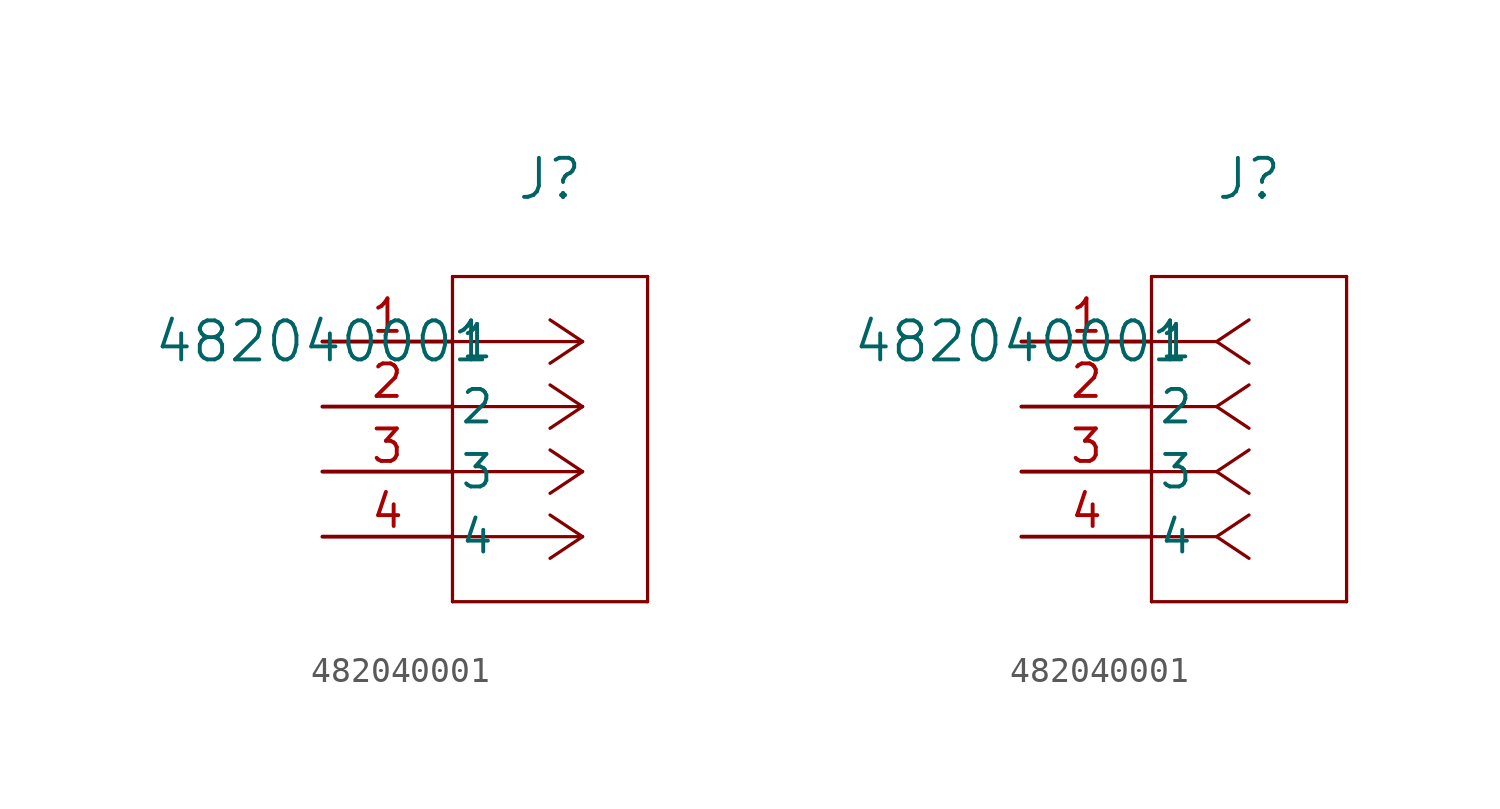
<source format=kicad_sym>
(kicad_symbol_lib
  (version 20211014)
  (generator kicad_symbol_editor)
  (symbol "482040001"
    (pin_names
      (offset 0.254))
    (property "Reference" "J"
      (at 8.89 6.35 0)
      (effects (font (size 1.524 1.524))))
    (property "Value" "482040001"
      (at 0 0 0)
      (effects (font (size 1.524 1.524))))
    (symbol "482040001_1_1"
      (polyline (pts (xy 10.16 0) (xy 5.08 0)) (stroke (width 0.127) (type default) (color 0 0 0 0)) (fill (type none)))
      (polyline (pts (xy 10.16 -2.54) (xy 5.08 -2.54)) (stroke (width 0.127) (type default) (color 0 0 0 0)) (fill (type none)))
      (polyline (pts (xy 10.16 -5.08) (xy 5.08 -5.08)) (stroke (width 0.127) (type default) (color 0 0 0 0)) (fill (type none)))
      (polyline (pts (xy 10.16 -7.62) (xy 5.08 -7.62)) (stroke (width 0.127) (type default) (color 0 0 0 0)) (fill (type none)))
      (polyline (pts (xy 10.16 0) (xy 8.89 0.847)) (stroke (width 0.127) (type default) (color 0 0 0 0)) (fill (type none)))
      (polyline (pts (xy 10.16 -2.54) (xy 8.89 -1.693)) (stroke (width 0.127) (type default) (color 0 0 0 0)) (fill (type none)))
      (polyline (pts (xy 10.16 -5.08) (xy 8.89 -4.233)) (stroke (width 0.127) (type default) (color 0 0 0 0)) (fill (type none)))
      (polyline (pts (xy 10.16 -7.62) (xy 8.89 -6.773)) (stroke (width 0.127) (type default) (color 0 0 0 0)) (fill (type none)))
      (polyline (pts (xy 10.16 0) (xy 8.89 -0.847)) (stroke (width 0.127) (type default) (color 0 0 0 0)) (fill (type none)))
      (polyline (pts (xy 10.16 -2.54) (xy 8.89 -3.387)) (stroke (width 0.127) (type default) (color 0 0 0 0)) (fill (type none)))
      (polyline (pts (xy 10.16 -5.08) (xy 8.89 -5.927)) (stroke (width 0.127) (type default) (color 0 0 0 0)) (fill (type none)))
      (polyline (pts (xy 10.16 -7.62) (xy 8.89 -8.467)) (stroke (width 0.127) (type default) (color 0 0 0 0)) (fill (type none)))
      (polyline (pts (xy 5.08 2.54) (xy 5.08 -10.16)) (stroke (width 0.127) (type default) (color 0 0 0 0)) (fill (type none)))
      (polyline (pts (xy 5.08 -10.16) (xy 12.7 -10.16)) (stroke (width 0.127) (type default) (color 0 0 0 0)) (fill (type none)))
      (polyline (pts (xy 12.7 -10.16) (xy 12.7 2.54)) (stroke (width 0.127) (type default) (color 0 0 0 0)) (fill (type none)))
      (polyline (pts (xy 12.7 2.54) (xy 5.08 2.54)) (stroke (width 0.127) (type default) (color 0 0 0 0)) (fill (type none)))
      (pin unspecified line (at 0 0 0) (length 5.08) (name "1" (effects (font (size 1.27 1.27)))) (number "1" (effects (font (size 1.27 1.27)))))
      (pin unspecified line (at 0 -2.54 0) (length 5.08) (name "2" (effects (font (size 1.27 1.27)))) (number "2" (effects (font (size 1.27 1.27)))))
      (pin unspecified line (at 0 -5.08 0) (length 5.08) (name "3" (effects (font (size 1.27 1.27)))) (number "3" (effects (font (size 1.27 1.27)))))
      (pin unspecified line (at 0 -7.62 0) (length 5.08) (name "4" (effects (font (size 1.27 1.27)))) (number "4" (effects (font (size 1.27 1.27))))))
    (symbol "482040001_1_2"
      (polyline (pts (xy 7.62 0) (xy 5.08 0)) (stroke (width 0.127) (type default) (color 0 0 0 0)) (fill (type none)))
      (polyline (pts (xy 7.62 -2.54) (xy 5.08 -2.54)) (stroke (width 0.127) (type default) (color 0 0 0 0)) (fill (type none)))
      (polyline (pts (xy 7.62 -5.08) (xy 5.08 -5.08)) (stroke (width 0.127) (type default) (color 0 0 0 0)) (fill (type none)))
      (polyline (pts (xy 7.62 -7.62) (xy 5.08 -7.62)) (stroke (width 0.127) (type default) (color 0 0 0 0)) (fill (type none)))
      (polyline (pts (xy 7.62 0) (xy 8.89 0.847)) (stroke (width 0.127) (type default) (color 0 0 0 0)) (fill (type none)))
      (polyline (pts (xy 7.62 -2.54) (xy 8.89 -1.693)) (stroke (width 0.127) (type default) (color 0 0 0 0)) (fill (type none)))
      (polyline (pts (xy 7.62 -5.08) (xy 8.89 -4.233)) (stroke (width 0.127) (type default) (color 0 0 0 0)) (fill (type none)))
      (polyline (pts (xy 7.62 -7.62) (xy 8.89 -6.773)) (stroke (width 0.127) (type default) (color 0 0 0 0)) (fill (type none)))
      (polyline (pts (xy 7.62 0) (xy 8.89 -0.847)) (stroke (width 0.127) (type default) (color 0 0 0 0)) (fill (type none)))
      (polyline (pts (xy 7.62 -2.54) (xy 8.89 -3.387)) (stroke (width 0.127) (type default) (color 0 0 0 0)) (fill (type none)))
      (polyline (pts (xy 7.62 -5.08) (xy 8.89 -5.927)) (stroke (width 0.127) (type default) (color 0 0 0 0)) (fill (type none)))
      (polyline (pts (xy 7.62 -7.62) (xy 8.89 -8.467)) (stroke (width 0.127) (type default) (color 0 0 0 0)) (fill (type none)))
      (polyline (pts (xy 5.08 2.54) (xy 5.08 -10.16)) (stroke (width 0.127) (type default) (color 0 0 0 0)) (fill (type none)))
      (polyline (pts (xy 5.08 -10.16) (xy 12.7 -10.16)) (stroke (width 0.127) (type default) (color 0 0 0 0)) (fill (type none)))
      (polyline (pts (xy 12.7 -10.16) (xy 12.7 2.54)) (stroke (width 0.127) (type default) (color 0 0 0 0)) (fill (type none)))
      (polyline (pts (xy 12.7 2.54) (xy 5.08 2.54)) (stroke (width 0.127) (type default) (color 0 0 0 0)) (fill (type none)))
      (pin unspecified line (at 0 0 0) (length 5.08) (name "1" (effects (font (size 1.27 1.27)))) (number "1" (effects (font (size 1.27 1.27)))))
      (pin unspecified line (at 0 -2.54 0) (length 5.08) (name "2" (effects (font (size 1.27 1.27)))) (number "2" (effects (font (size 1.27 1.27)))))
      (pin unspecified line (at 0 -5.08 0) (length 5.08) (name "3" (effects (font (size 1.27 1.27)))) (number "3" (effects (font (size 1.27 1.27)))))
      (pin unspecified line (at 0 -7.62 0) (length 5.08) (name "4" (effects (font (size 1.27 1.27)))) (number "4" (effects (font (size 1.27 1.27))))))))
</source>
